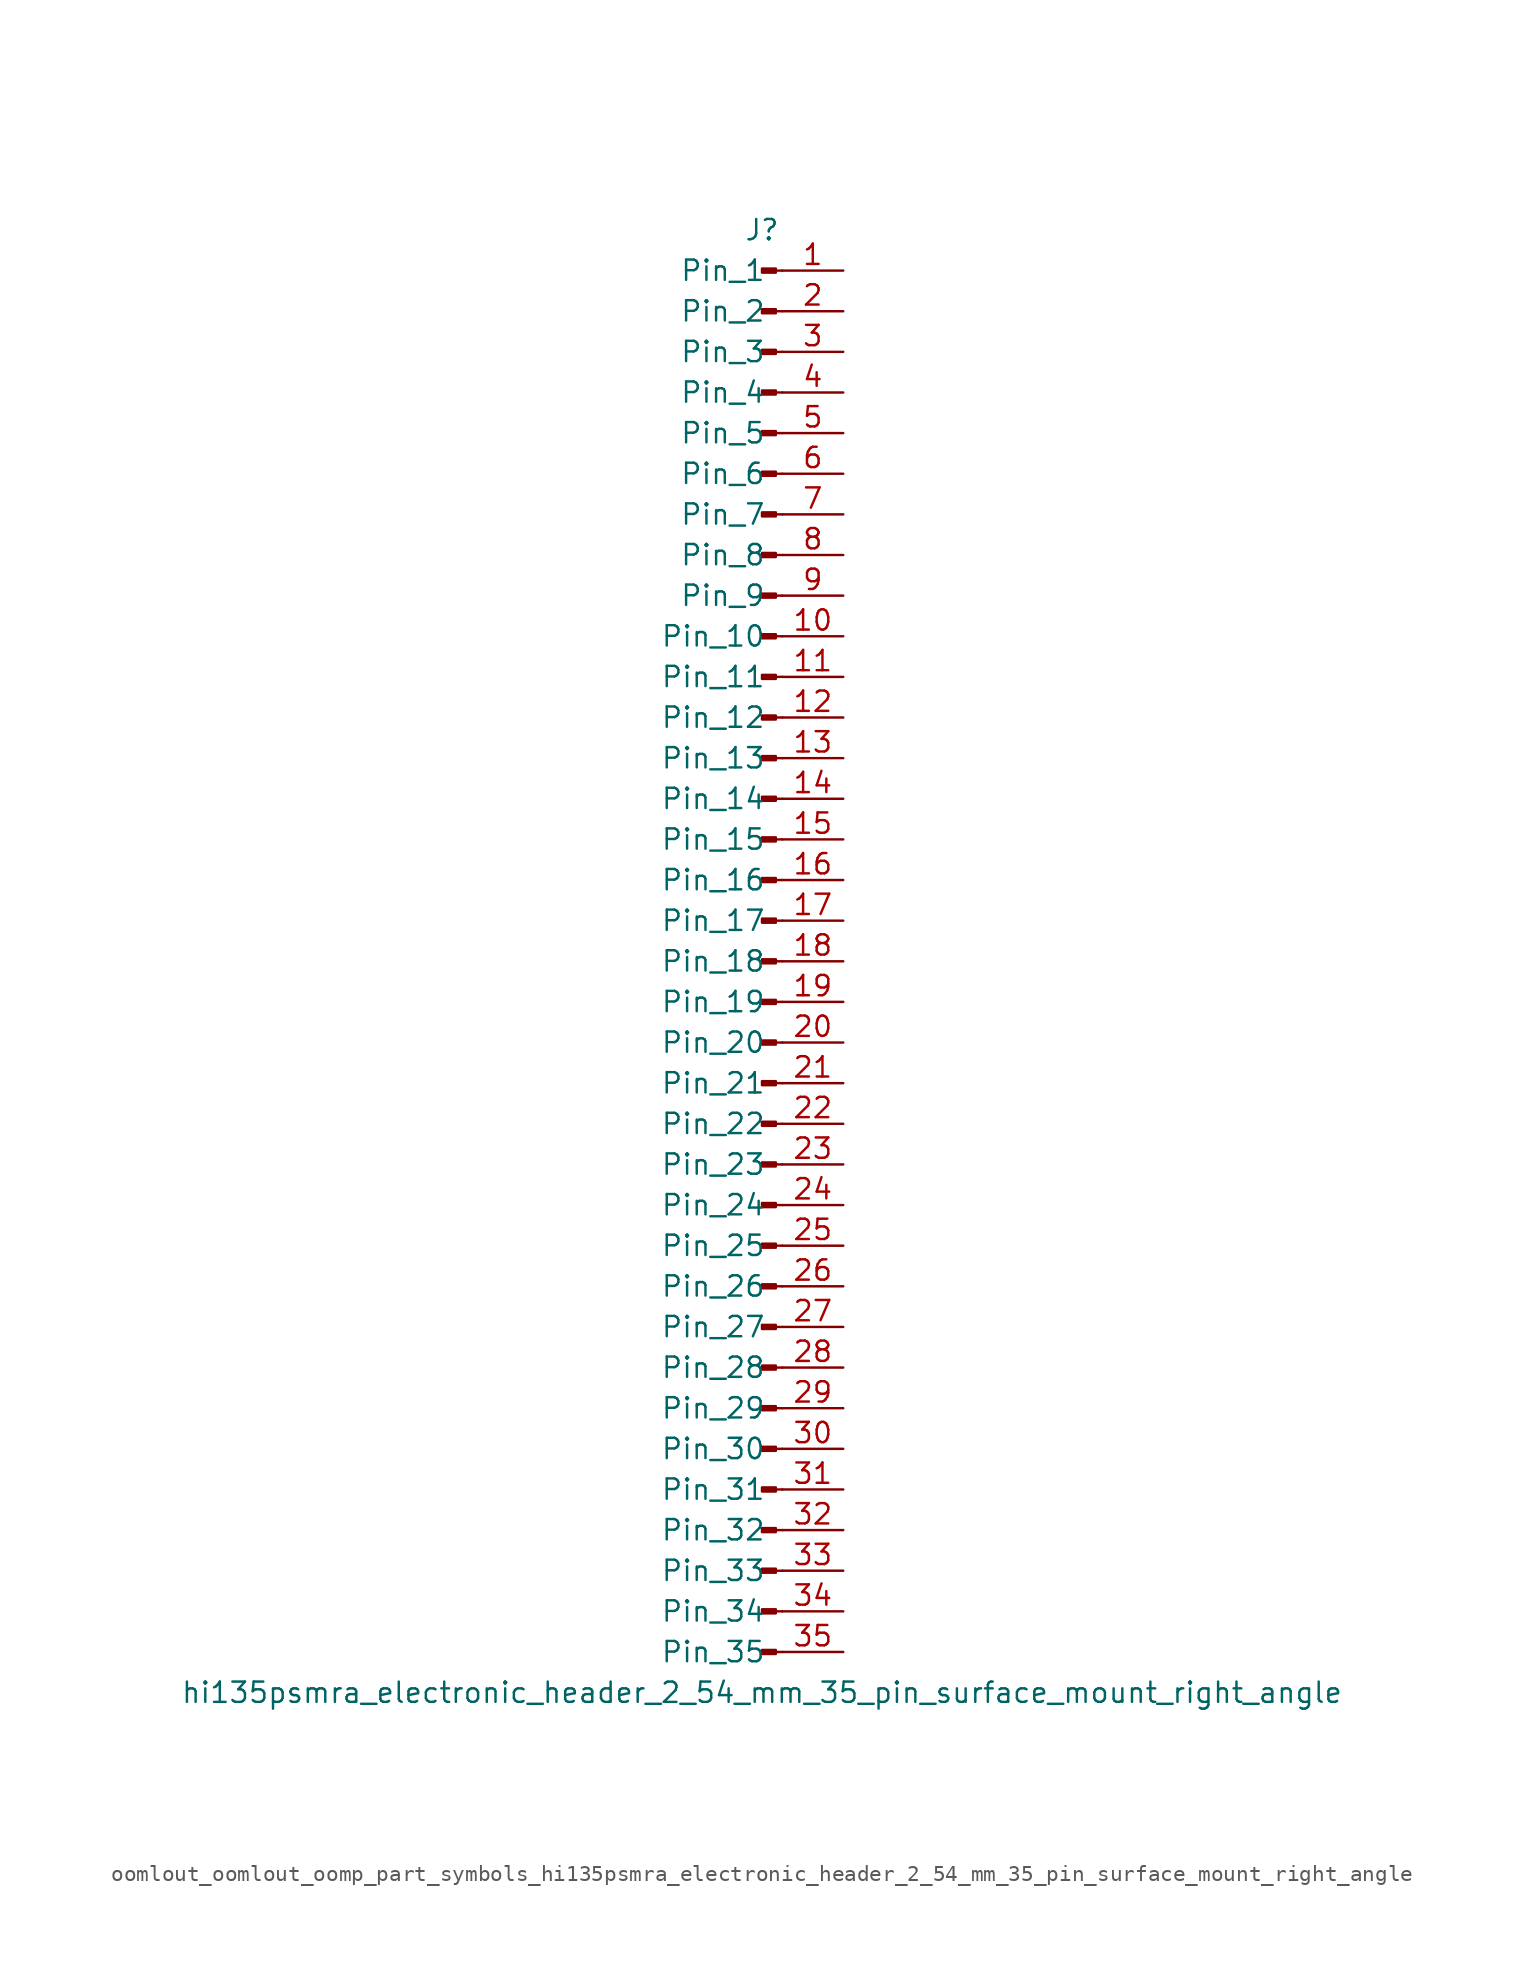
<source format=kicad_sym>
(kicad_symbol_lib
  (version 20220914)
  (generator kicad_symbol_editor)
  (symbol "oomlout_oomlout_oomp_part_symbols_hi135psmra_electronic_header_2_54_mm_35_pin_surface_mount_right_angle"
    (pin_names
      (offset 1.016))
    (property "Reference" "J"
      (at 0 45.72 0)
      (effects (font (size 1.27 1.27))))
    (property "Value" "hi135psmra_electronic_header_2_54_mm_35_pin_surface_mount_right_angle"
      (at 0 -45.72 0)
      (effects (font (size 1.27 1.27))))
    (property "ki_locked" ""
      (at 0 0 0)
      (effects (font (size 1.27 1.27))))
    (symbol "oomlout_oomlout_oomp_part_symbols_hi135psmra_electronic_header_2_54_mm_35_pin_surface_mount_right_angle_1_1"
      (polyline (pts (xy 1.27 -43.18) (xy 0.864 -43.18)) (stroke (width 0.152) (type default)) (fill (type none)))
      (polyline (pts (xy 1.27 -40.64) (xy 0.864 -40.64)) (stroke (width 0.152) (type default)) (fill (type none)))
      (polyline (pts (xy 1.27 -38.1) (xy 0.864 -38.1)) (stroke (width 0.152) (type default)) (fill (type none)))
      (polyline (pts (xy 1.27 -35.56) (xy 0.864 -35.56)) (stroke (width 0.152) (type default)) (fill (type none)))
      (polyline (pts (xy 1.27 -33.02) (xy 0.864 -33.02)) (stroke (width 0.152) (type default)) (fill (type none)))
      (polyline (pts (xy 1.27 -30.48) (xy 0.864 -30.48)) (stroke (width 0.152) (type default)) (fill (type none)))
      (polyline (pts (xy 1.27 -27.94) (xy 0.864 -27.94)) (stroke (width 0.152) (type default)) (fill (type none)))
      (polyline (pts (xy 1.27 -25.4) (xy 0.864 -25.4)) (stroke (width 0.152) (type default)) (fill (type none)))
      (polyline (pts (xy 1.27 -22.86) (xy 0.864 -22.86)) (stroke (width 0.152) (type default)) (fill (type none)))
      (polyline (pts (xy 1.27 -20.32) (xy 0.864 -20.32)) (stroke (width 0.152) (type default)) (fill (type none)))
      (polyline (pts (xy 1.27 -17.78) (xy 0.864 -17.78)) (stroke (width 0.152) (type default)) (fill (type none)))
      (polyline (pts (xy 1.27 -15.24) (xy 0.864 -15.24)) (stroke (width 0.152) (type default)) (fill (type none)))
      (polyline (pts (xy 1.27 -12.7) (xy 0.864 -12.7)) (stroke (width 0.152) (type default)) (fill (type none)))
      (polyline (pts (xy 1.27 -10.16) (xy 0.864 -10.16)) (stroke (width 0.152) (type default)) (fill (type none)))
      (polyline (pts (xy 1.27 -7.62) (xy 0.864 -7.62)) (stroke (width 0.152) (type default)) (fill (type none)))
      (polyline (pts (xy 1.27 -5.08) (xy 0.864 -5.08)) (stroke (width 0.152) (type default)) (fill (type none)))
      (polyline (pts (xy 1.27 -2.54) (xy 0.864 -2.54)) (stroke (width 0.152) (type default)) (fill (type none)))
      (polyline (pts (xy 1.27 0) (xy 0.864 0)) (stroke (width 0.152) (type default)) (fill (type none)))
      (polyline (pts (xy 1.27 2.54) (xy 0.864 2.54)) (stroke (width 0.152) (type default)) (fill (type none)))
      (polyline (pts (xy 1.27 5.08) (xy 0.864 5.08)) (stroke (width 0.152) (type default)) (fill (type none)))
      (polyline (pts (xy 1.27 7.62) (xy 0.864 7.62)) (stroke (width 0.152) (type default)) (fill (type none)))
      (polyline (pts (xy 1.27 10.16) (xy 0.864 10.16)) (stroke (width 0.152) (type default)) (fill (type none)))
      (polyline (pts (xy 1.27 12.7) (xy 0.864 12.7)) (stroke (width 0.152) (type default)) (fill (type none)))
      (polyline (pts (xy 1.27 15.24) (xy 0.864 15.24)) (stroke (width 0.152) (type default)) (fill (type none)))
      (polyline (pts (xy 1.27 17.78) (xy 0.864 17.78)) (stroke (width 0.152) (type default)) (fill (type none)))
      (polyline (pts (xy 1.27 20.32) (xy 0.864 20.32)) (stroke (width 0.152) (type default)) (fill (type none)))
      (polyline (pts (xy 1.27 22.86) (xy 0.864 22.86)) (stroke (width 0.152) (type default)) (fill (type none)))
      (polyline (pts (xy 1.27 25.4) (xy 0.864 25.4)) (stroke (width 0.152) (type default)) (fill (type none)))
      (polyline (pts (xy 1.27 27.94) (xy 0.864 27.94)) (stroke (width 0.152) (type default)) (fill (type none)))
      (polyline (pts (xy 1.27 30.48) (xy 0.864 30.48)) (stroke (width 0.152) (type default)) (fill (type none)))
      (polyline (pts (xy 1.27 33.02) (xy 0.864 33.02)) (stroke (width 0.152) (type default)) (fill (type none)))
      (polyline (pts (xy 1.27 35.56) (xy 0.864 35.56)) (stroke (width 0.152) (type default)) (fill (type none)))
      (polyline (pts (xy 1.27 38.1) (xy 0.864 38.1)) (stroke (width 0.152) (type default)) (fill (type none)))
      (polyline (pts (xy 1.27 40.64) (xy 0.864 40.64)) (stroke (width 0.152) (type default)) (fill (type none)))
      (polyline (pts (xy 1.27 43.18) (xy 0.864 43.18)) (stroke (width 0.152) (type default)) (fill (type none)))
      (rectangle (start 0.864 -43.053) (end 0 -43.307) (stroke (width 0.152) (type default)) (fill (type outline)))
      (rectangle (start 0.864 -40.513) (end 0 -40.767) (stroke (width 0.152) (type default)) (fill (type outline)))
      (rectangle (start 0.864 -37.973) (end 0 -38.227) (stroke (width 0.152) (type default)) (fill (type outline)))
      (rectangle (start 0.864 -35.433) (end 0 -35.687) (stroke (width 0.152) (type default)) (fill (type outline)))
      (rectangle (start 0.864 -32.893) (end 0 -33.147) (stroke (width 0.152) (type default)) (fill (type outline)))
      (rectangle (start 0.864 -30.353) (end 0 -30.607) (stroke (width 0.152) (type default)) (fill (type outline)))
      (rectangle (start 0.864 -27.813) (end 0 -28.067) (stroke (width 0.152) (type default)) (fill (type outline)))
      (rectangle (start 0.864 -25.273) (end 0 -25.527) (stroke (width 0.152) (type default)) (fill (type outline)))
      (rectangle (start 0.864 -22.733) (end 0 -22.987) (stroke (width 0.152) (type default)) (fill (type outline)))
      (rectangle (start 0.864 -20.193) (end 0 -20.447) (stroke (width 0.152) (type default)) (fill (type outline)))
      (rectangle (start 0.864 -17.653) (end 0 -17.907) (stroke (width 0.152) (type default)) (fill (type outline)))
      (rectangle (start 0.864 -15.113) (end 0 -15.367) (stroke (width 0.152) (type default)) (fill (type outline)))
      (rectangle (start 0.864 -12.573) (end 0 -12.827) (stroke (width 0.152) (type default)) (fill (type outline)))
      (rectangle (start 0.864 -10.033) (end 0 -10.287) (stroke (width 0.152) (type default)) (fill (type outline)))
      (rectangle (start 0.864 -7.493) (end 0 -7.747) (stroke (width 0.152) (type default)) (fill (type outline)))
      (rectangle (start 0.864 -4.953) (end 0 -5.207) (stroke (width 0.152) (type default)) (fill (type outline)))
      (rectangle (start 0.864 -2.413) (end 0 -2.667) (stroke (width 0.152) (type default)) (fill (type outline)))
      (rectangle (start 0.864 0.127) (end 0 -0.127) (stroke (width 0.152) (type default)) (fill (type outline)))
      (rectangle (start 0.864 2.667) (end 0 2.413) (stroke (width 0.152) (type default)) (fill (type outline)))
      (rectangle (start 0.864 5.207) (end 0 4.953) (stroke (width 0.152) (type default)) (fill (type outline)))
      (rectangle (start 0.864 7.747) (end 0 7.493) (stroke (width 0.152) (type default)) (fill (type outline)))
      (rectangle (start 0.864 10.287) (end 0 10.033) (stroke (width 0.152) (type default)) (fill (type outline)))
      (rectangle (start 0.864 12.827) (end 0 12.573) (stroke (width 0.152) (type default)) (fill (type outline)))
      (rectangle (start 0.864 15.367) (end 0 15.113) (stroke (width 0.152) (type default)) (fill (type outline)))
      (rectangle (start 0.864 17.907) (end 0 17.653) (stroke (width 0.152) (type default)) (fill (type outline)))
      (rectangle (start 0.864 20.447) (end 0 20.193) (stroke (width 0.152) (type default)) (fill (type outline)))
      (rectangle (start 0.864 22.987) (end 0 22.733) (stroke (width 0.152) (type default)) (fill (type outline)))
      (rectangle (start 0.864 25.527) (end 0 25.273) (stroke (width 0.152) (type default)) (fill (type outline)))
      (rectangle (start 0.864 28.067) (end 0 27.813) (stroke (width 0.152) (type default)) (fill (type outline)))
      (rectangle (start 0.864 30.607) (end 0 30.353) (stroke (width 0.152) (type default)) (fill (type outline)))
      (rectangle (start 0.864 33.147) (end 0 32.893) (stroke (width 0.152) (type default)) (fill (type outline)))
      (rectangle (start 0.864 35.687) (end 0 35.433) (stroke (width 0.152) (type default)) (fill (type outline)))
      (rectangle (start 0.864 38.227) (end 0 37.973) (stroke (width 0.152) (type default)) (fill (type outline)))
      (rectangle (start 0.864 40.767) (end 0 40.513) (stroke (width 0.152) (type default)) (fill (type outline)))
      (rectangle (start 0.864 43.307) (end 0 43.053) (stroke (width 0.152) (type default)) (fill (type outline)))
      (pin passive line (at 5.08 43.18 180) (length 3.81) (name "Pin_1" (effects (font (size 1.27 1.27)))) (number "1" (effects (font (size 1.27 1.27)))))
      (pin passive line (at 5.08 20.32 180) (length 3.81) (name "Pin_10" (effects (font (size 1.27 1.27)))) (number "10" (effects (font (size 1.27 1.27)))))
      (pin passive line (at 5.08 17.78 180) (length 3.81) (name "Pin_11" (effects (font (size 1.27 1.27)))) (number "11" (effects (font (size 1.27 1.27)))))
      (pin passive line (at 5.08 15.24 180) (length 3.81) (name "Pin_12" (effects (font (size 1.27 1.27)))) (number "12" (effects (font (size 1.27 1.27)))))
      (pin passive line (at 5.08 12.7 180) (length 3.81) (name "Pin_13" (effects (font (size 1.27 1.27)))) (number "13" (effects (font (size 1.27 1.27)))))
      (pin passive line (at 5.08 10.16 180) (length 3.81) (name "Pin_14" (effects (font (size 1.27 1.27)))) (number "14" (effects (font (size 1.27 1.27)))))
      (pin passive line (at 5.08 7.62 180) (length 3.81) (name "Pin_15" (effects (font (size 1.27 1.27)))) (number "15" (effects (font (size 1.27 1.27)))))
      (pin passive line (at 5.08 5.08 180) (length 3.81) (name "Pin_16" (effects (font (size 1.27 1.27)))) (number "16" (effects (font (size 1.27 1.27)))))
      (pin passive line (at 5.08 2.54 180) (length 3.81) (name "Pin_17" (effects (font (size 1.27 1.27)))) (number "17" (effects (font (size 1.27 1.27)))))
      (pin passive line (at 5.08 0 180) (length 3.81) (name "Pin_18" (effects (font (size 1.27 1.27)))) (number "18" (effects (font (size 1.27 1.27)))))
      (pin passive line (at 5.08 -2.54 180) (length 3.81) (name "Pin_19" (effects (font (size 1.27 1.27)))) (number "19" (effects (font (size 1.27 1.27)))))
      (pin passive line (at 5.08 40.64 180) (length 3.81) (name "Pin_2" (effects (font (size 1.27 1.27)))) (number "2" (effects (font (size 1.27 1.27)))))
      (pin passive line (at 5.08 -5.08 180) (length 3.81) (name "Pin_20" (effects (font (size 1.27 1.27)))) (number "20" (effects (font (size 1.27 1.27)))))
      (pin passive line (at 5.08 -7.62 180) (length 3.81) (name "Pin_21" (effects (font (size 1.27 1.27)))) (number "21" (effects (font (size 1.27 1.27)))))
      (pin passive line (at 5.08 -10.16 180) (length 3.81) (name "Pin_22" (effects (font (size 1.27 1.27)))) (number "22" (effects (font (size 1.27 1.27)))))
      (pin passive line (at 5.08 -12.7 180) (length 3.81) (name "Pin_23" (effects (font (size 1.27 1.27)))) (number "23" (effects (font (size 1.27 1.27)))))
      (pin passive line (at 5.08 -15.24 180) (length 3.81) (name "Pin_24" (effects (font (size 1.27 1.27)))) (number "24" (effects (font (size 1.27 1.27)))))
      (pin passive line (at 5.08 -17.78 180) (length 3.81) (name "Pin_25" (effects (font (size 1.27 1.27)))) (number "25" (effects (font (size 1.27 1.27)))))
      (pin passive line (at 5.08 -20.32 180) (length 3.81) (name "Pin_26" (effects (font (size 1.27 1.27)))) (number "26" (effects (font (size 1.27 1.27)))))
      (pin passive line (at 5.08 -22.86 180) (length 3.81) (name "Pin_27" (effects (font (size 1.27 1.27)))) (number "27" (effects (font (size 1.27 1.27)))))
      (pin passive line (at 5.08 -25.4 180) (length 3.81) (name "Pin_28" (effects (font (size 1.27 1.27)))) (number "28" (effects (font (size 1.27 1.27)))))
      (pin passive line (at 5.08 -27.94 180) (length 3.81) (name "Pin_29" (effects (font (size 1.27 1.27)))) (number "29" (effects (font (size 1.27 1.27)))))
      (pin passive line (at 5.08 38.1 180) (length 3.81) (name "Pin_3" (effects (font (size 1.27 1.27)))) (number "3" (effects (font (size 1.27 1.27)))))
      (pin passive line (at 5.08 -30.48 180) (length 3.81) (name "Pin_30" (effects (font (size 1.27 1.27)))) (number "30" (effects (font (size 1.27 1.27)))))
      (pin passive line (at 5.08 -33.02 180) (length 3.81) (name "Pin_31" (effects (font (size 1.27 1.27)))) (number "31" (effects (font (size 1.27 1.27)))))
      (pin passive line (at 5.08 -35.56 180) (length 3.81) (name "Pin_32" (effects (font (size 1.27 1.27)))) (number "32" (effects (font (size 1.27 1.27)))))
      (pin passive line (at 5.08 -38.1 180) (length 3.81) (name "Pin_33" (effects (font (size 1.27 1.27)))) (number "33" (effects (font (size 1.27 1.27)))))
      (pin passive line (at 5.08 -40.64 180) (length 3.81) (name "Pin_34" (effects (font (size 1.27 1.27)))) (number "34" (effects (font (size 1.27 1.27)))))
      (pin passive line (at 5.08 -43.18 180) (length 3.81) (name "Pin_35" (effects (font (size 1.27 1.27)))) (number "35" (effects (font (size 1.27 1.27)))))
      (pin passive line (at 5.08 35.56 180) (length 3.81) (name "Pin_4" (effects (font (size 1.27 1.27)))) (number "4" (effects (font (size 1.27 1.27)))))
      (pin passive line (at 5.08 33.02 180) (length 3.81) (name "Pin_5" (effects (font (size 1.27 1.27)))) (number "5" (effects (font (size 1.27 1.27)))))
      (pin passive line (at 5.08 30.48 180) (length 3.81) (name "Pin_6" (effects (font (size 1.27 1.27)))) (number "6" (effects (font (size 1.27 1.27)))))
      (pin passive line (at 5.08 27.94 180) (length 3.81) (name "Pin_7" (effects (font (size 1.27 1.27)))) (number "7" (effects (font (size 1.27 1.27)))))
      (pin passive line (at 5.08 25.4 180) (length 3.81) (name "Pin_8" (effects (font (size 1.27 1.27)))) (number "8" (effects (font (size 1.27 1.27)))))
      (pin passive line (at 5.08 22.86 180) (length 3.81) (name "Pin_9" (effects (font (size 1.27 1.27)))) (number "9" (effects (font (size 1.27 1.27))))))))
</source>
